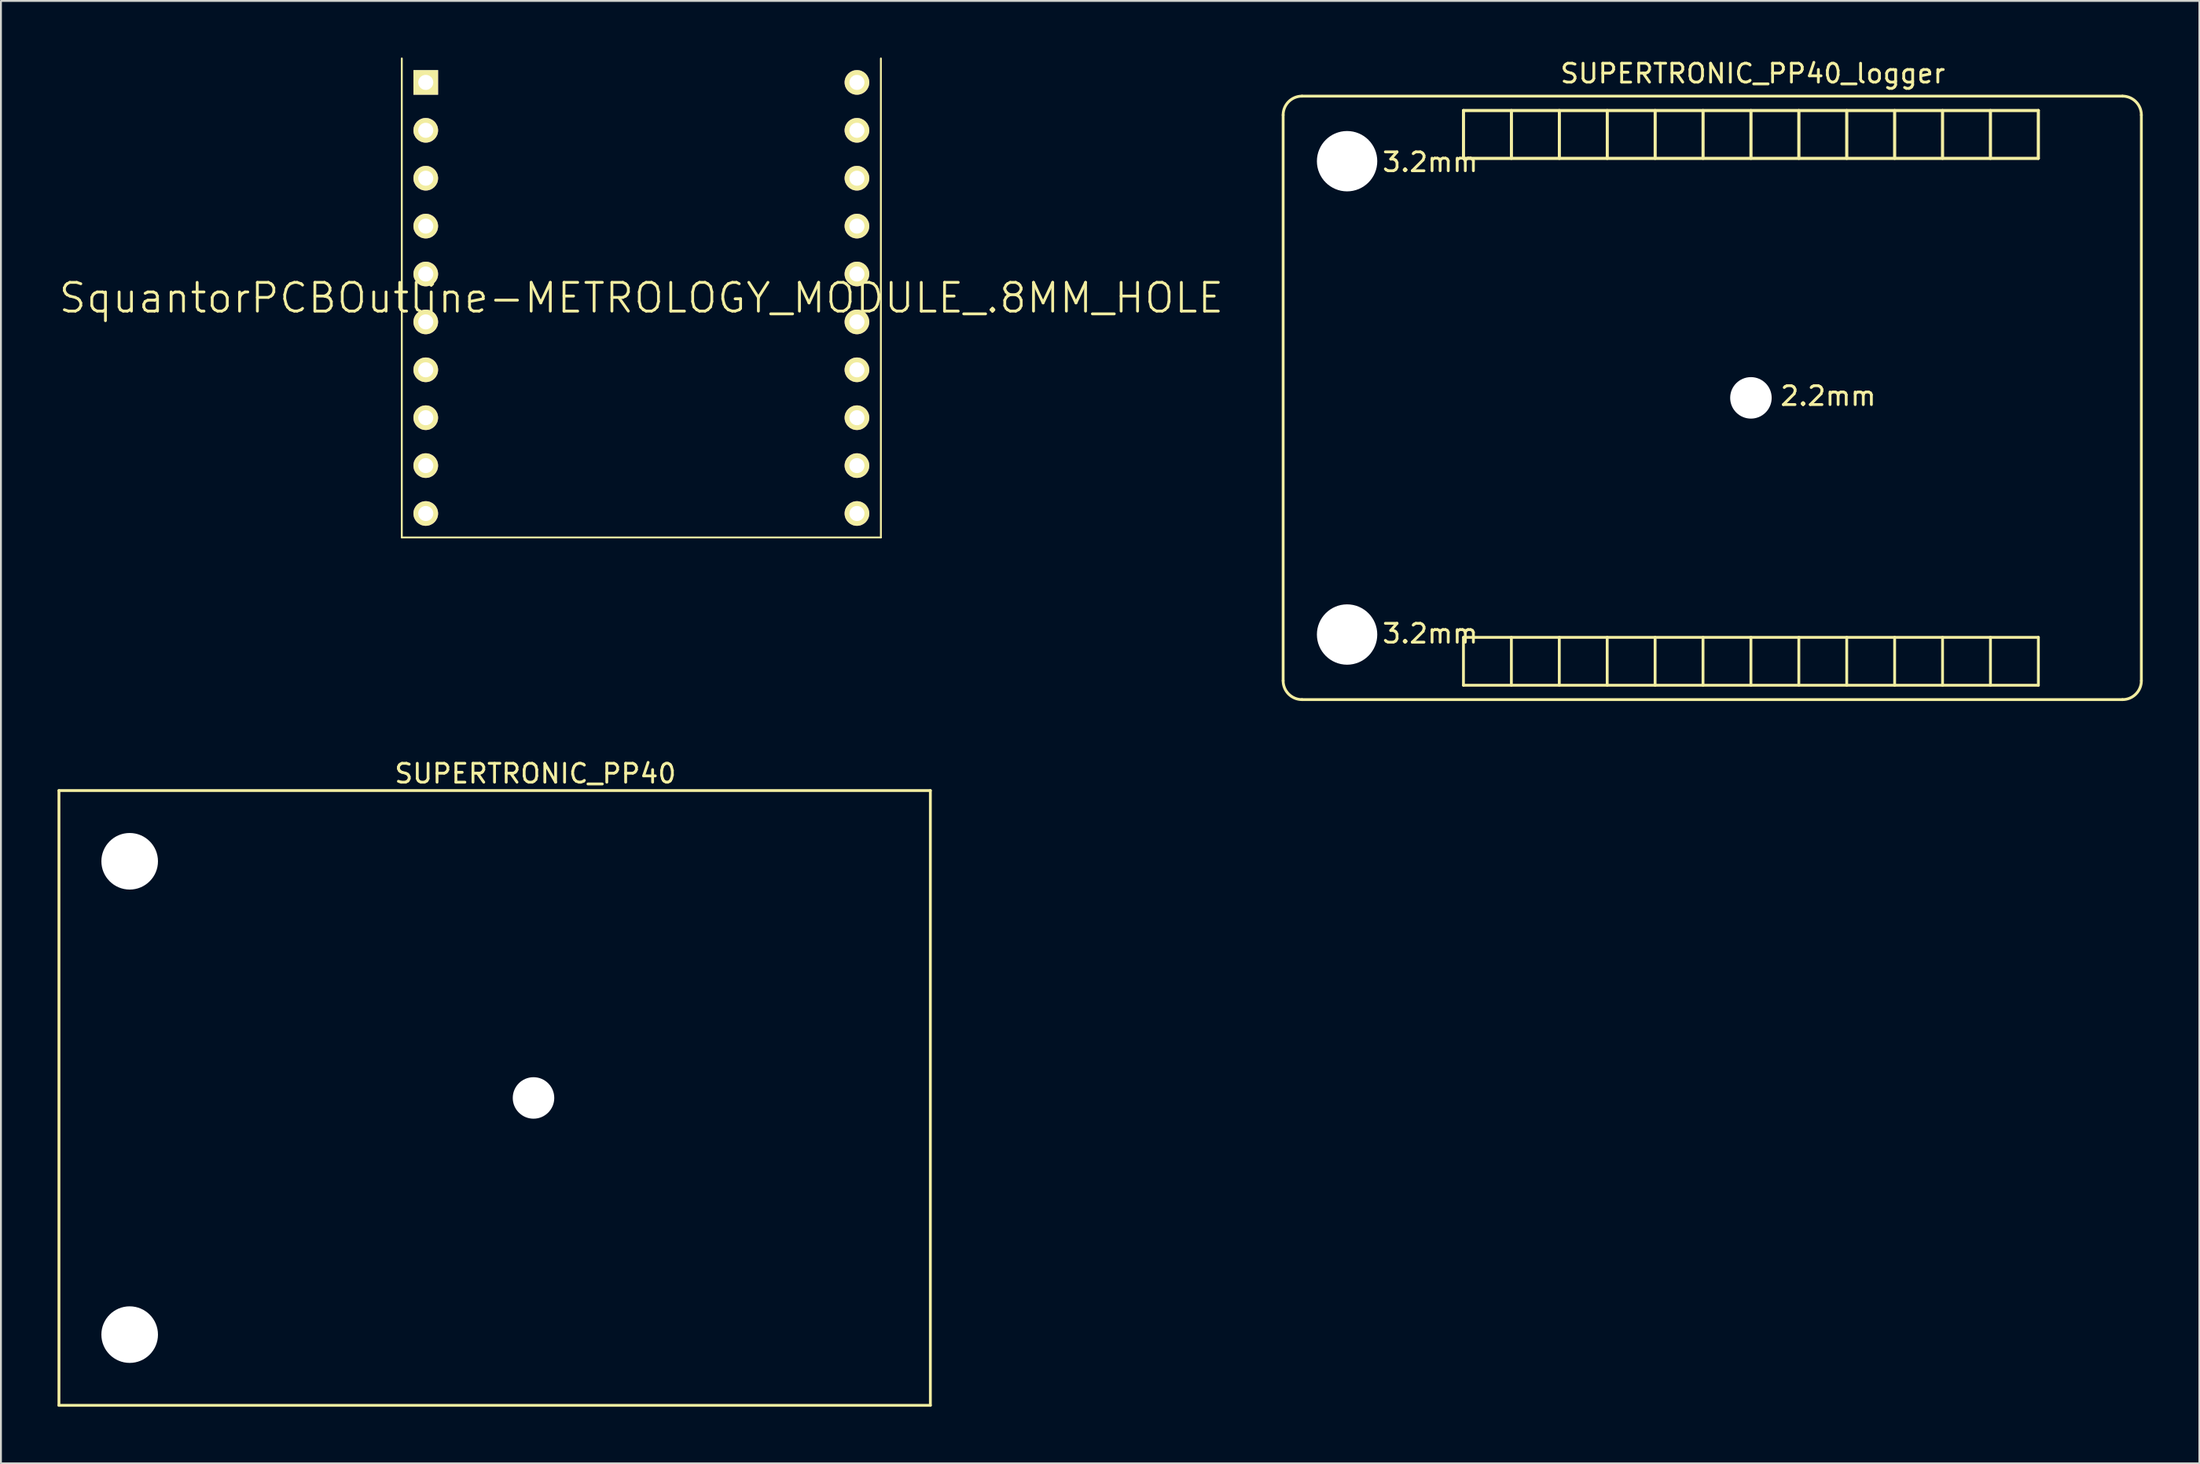
<source format=kicad_pcb>
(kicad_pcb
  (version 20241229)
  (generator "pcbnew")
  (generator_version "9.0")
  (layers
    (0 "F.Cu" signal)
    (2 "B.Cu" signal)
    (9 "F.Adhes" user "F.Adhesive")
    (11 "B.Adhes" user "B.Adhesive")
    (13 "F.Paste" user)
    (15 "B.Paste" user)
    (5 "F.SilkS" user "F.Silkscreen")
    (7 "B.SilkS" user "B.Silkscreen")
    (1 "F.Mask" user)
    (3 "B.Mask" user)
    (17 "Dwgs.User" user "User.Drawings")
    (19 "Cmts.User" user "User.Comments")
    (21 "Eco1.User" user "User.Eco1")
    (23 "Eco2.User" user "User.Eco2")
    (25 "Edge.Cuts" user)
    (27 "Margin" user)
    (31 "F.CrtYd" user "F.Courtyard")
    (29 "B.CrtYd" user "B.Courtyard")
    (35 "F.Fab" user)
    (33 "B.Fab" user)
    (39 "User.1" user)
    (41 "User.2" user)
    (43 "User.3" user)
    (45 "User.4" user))
  (footprint "SUPERTRONIC_PP40"
    (layer "F.Cu")
    (at 25.235 55.172)
    (property "Reference" "SUPERTRONIC_PP40" (at 0.1 -17.2 0) (layer "F.SilkS") (effects (font (size 1 1) (thickness 0.15))))
    (attr through_hole)
    (fp_line (start -25.16 -16.3) (end 21.04 -16.3) (stroke (width 0.15) (type solid)) (layer "F.SilkS"))
    (fp_line (start -25.16 16.3) (end -25.16 -16.3) (stroke (width 0.15) (type solid)) (layer "F.SilkS"))
    (fp_line (start 21.04 -16.3) (end 21.04 16.3) (stroke (width 0.15) (type solid)) (layer "F.SilkS"))
    (fp_line (start 21.04 16.3) (end -25.16 16.3) (stroke (width 0.15) (type solid)) (layer "F.SilkS"))
    (pad "" np_thru_hole circle (at -21.41 -12.55) (size 3 3) (drill 3) (layers "*.Cu" "*.Mask"))
    (pad "" np_thru_hole circle (at -21.41 12.55) (size 3 3) (drill 3) (layers "*.Cu" "*.Mask"))
    (pad "" np_thru_hole circle (at 0 0) (size 2.2 2.2) (drill 2.2) (layers "*.Cu" "*.Mask")))
  (footprint "SquantorPCBOutline-METROLOGY_MODULE_.8MM_HOLE"
    (layer "F.Cu")
    (at 30.952 12.75)
    (property "Reference" "SquantorPCBOutline-METROLOGY_MODULE_.8MM_HOLE" (at 0 0 0) (layer "F.SilkS") (effects (font (size 1.524 1.524) (thickness 0.15))))
    (attr exclude_from_pos_files exclude_from_bom)
    (fp_line (start -12.7 -12.7) (end -12.7 12.7) (stroke (width 0.1) (type solid)) (layer "F.SilkS"))
    (fp_line (start -12.7 12.7) (end 12.7 12.7) (stroke (width 0.1) (type solid)) (layer "F.SilkS"))
    (fp_line (start 12.7 12.7) (end 12.7 -12.7) (stroke (width 0.1) (type solid)) (layer "F.SilkS"))
    (pad "P$1" thru_hole rect (at -11.43 -11.43) (size 1.306 1.306) (drill 0.798) (layers "*.Cu" "F.Mask" "F.SilkS" "F.Paste"))
    (pad "P$2" thru_hole circle (at -11.43 -8.89) (size 1.306 1.306) (drill 0.798) (layers "*.Cu" "F.Mask" "F.SilkS" "F.Paste"))
    (pad "P$3" thru_hole circle (at -11.43 -6.35) (size 1.306 1.306) (drill 0.798) (layers "*.Cu" "F.Mask" "F.SilkS" "F.Paste"))
    (pad "P$4" thru_hole circle (at -11.43 -3.81) (size 1.306 1.306) (drill 0.798) (layers "*.Cu" "F.Mask" "F.SilkS" "F.Paste"))
    (pad "P$5" thru_hole circle (at -11.43 -1.27) (size 1.306 1.306) (drill 0.798) (layers "*.Cu" "F.Mask" "F.SilkS" "F.Paste"))
    (pad "P$6" thru_hole circle (at -11.43 1.27) (size 1.306 1.306) (drill 0.798) (layers "*.Cu" "F.Mask" "F.SilkS" "F.Paste"))
    (pad "P$7" thru_hole circle (at -11.43 3.81) (size 1.306 1.306) (drill 0.798) (layers "*.Cu" "F.Mask" "F.SilkS" "F.Paste"))
    (pad "P$8" thru_hole circle (at -11.43 6.35) (size 1.306 1.306) (drill 0.798) (layers "*.Cu" "F.Mask" "F.SilkS" "F.Paste"))
    (pad "P$9" thru_hole circle (at -11.43 8.89) (size 1.306 1.306) (drill 0.798) (layers "*.Cu" "F.Mask" "F.SilkS" "F.Paste"))
    (pad "P$10" thru_hole circle (at -11.43 11.43) (size 1.306 1.306) (drill 0.798) (layers "*.Cu" "F.Mask" "F.SilkS" "F.Paste"))
    (pad "P$11" thru_hole circle (at 11.43 11.43) (size 1.306 1.306) (drill 0.798) (layers "*.Cu" "F.Mask" "F.SilkS" "F.Paste"))
    (pad "P$12" thru_hole circle (at 11.43 8.89) (size 1.306 1.306) (drill 0.798) (layers "*.Cu" "F.Mask" "F.SilkS" "F.Paste"))
    (pad "P$13" thru_hole circle (at 11.43 6.35) (size 1.306 1.306) (drill 0.798) (layers "*.Cu" "F.Mask" "F.SilkS" "F.Paste"))
    (pad "P$14" thru_hole circle (at 11.43 3.81) (size 1.306 1.306) (drill 0.798) (layers "*.Cu" "F.Mask" "F.SilkS" "F.Paste"))
    (pad "P$15" thru_hole circle (at 11.43 1.27) (size 1.306 1.306) (drill 0.798) (layers "*.Cu" "F.Mask" "F.SilkS" "F.Paste"))
    (pad "P$16" thru_hole circle (at 11.43 -1.27) (size 1.306 1.306) (drill 0.798) (layers "*.Cu" "F.Mask" "F.SilkS" "F.Paste"))
    (pad "P$17" thru_hole circle (at 11.43 -3.81) (size 1.306 1.306) (drill 0.798) (layers "*.Cu" "F.Mask" "F.SilkS" "F.Paste"))
    (pad "P$18" thru_hole circle (at 11.43 -6.35) (size 1.306 1.306) (drill 0.798) (layers "*.Cu" "F.Mask" "F.SilkS" "F.Paste"))
    (pad "P$19" thru_hole circle (at 11.43 -8.89) (size 1.306 1.306) (drill 0.798) (layers "*.Cu" "F.Mask" "F.SilkS" "F.Paste"))
    (pad "P$20" thru_hole circle (at 11.43 -11.43) (size 1.306 1.306) (drill 0.798) (layers "*.Cu" "F.Mask" "F.SilkS" "F.Paste")))
  (footprint "SUPERTRONIC_PP40_logger"
    (layer "F.Cu")
    (at 89.778 18.048)
    (property "Reference" "SUPERTRONIC_PP40_logger" (at 0.1 -17.2 0) (layer "F.SilkS") (effects (font (size 1 1) (thickness 0.15))))
    (attr through_hole)
    (fp_line (start -24.8 -15) (end -24.8 15) (stroke (width 0.15) (type solid)) (layer "F.SilkS"))
    (fp_line (start -23.8 16) (end 19.7 16) (stroke (width 0.15) (type solid)) (layer "F.SilkS"))
    (fp_line (start -15.24 -15.24) (end 15.24 -15.24) (stroke (width 0.15) (type solid)) (layer "F.SilkS"))
    (fp_line (start -15.24 -15.24) (end 15.24 -15.24) (stroke (width 0.15) (type solid)) (layer "F.SilkS"))
    (fp_line (start -15.24 -12.7) (end -15.24 -15.24) (stroke (width 0.15) (type solid)) (layer "F.SilkS"))
    (fp_line (start -15.24 -12.7) (end -15.24 -15.24) (stroke (width 0.15) (type solid)) (layer "F.SilkS"))
    (fp_line (start -15.24 12.7) (end -15.24 15.24) (stroke (width 0.15) (type solid)) (layer "F.SilkS"))
    (fp_line (start -15.24 15.24) (end 15.24 15.24) (stroke (width 0.15) (type solid)) (layer "F.SilkS"))
    (fp_line (start -12.7 -12.7) (end -12.7 -15.24) (stroke (width 0.15) (type solid)) (layer "F.SilkS"))
    (fp_line (start -12.7 -12.7) (end -12.7 -15.24) (stroke (width 0.15) (type solid)) (layer "F.SilkS"))
    (fp_line (start -12.7 12.7) (end -12.7 15.24) (stroke (width 0.15) (type solid)) (layer "F.SilkS"))
    (fp_line (start -10.16 -15.24) (end -10.16 -12.7) (stroke (width 0.15) (type solid)) (layer "F.SilkS"))
    (fp_line (start -10.16 -15.24) (end -10.16 -12.7) (stroke (width 0.15) (type solid)) (layer "F.SilkS"))
    (fp_line (start -10.16 12.7) (end -10.16 15.24) (stroke (width 0.15) (type solid)) (layer "F.SilkS"))
    (fp_line (start -7.62 -12.7) (end -7.62 -15.24) (stroke (width 0.15) (type solid)) (layer "F.SilkS"))
    (fp_line (start -7.62 -12.7) (end -7.62 -15.24) (stroke (width 0.15) (type solid)) (layer "F.SilkS"))
    (fp_line (start -7.62 15.24) (end -7.62 12.7) (stroke (width 0.15) (type solid)) (layer "F.SilkS"))
    (fp_line (start -5.08 -15.24) (end -5.08 -12.7) (stroke (width 0.15) (type solid)) (layer "F.SilkS"))
    (fp_line (start -5.08 -15.24) (end -5.08 -12.7) (stroke (width 0.15) (type solid)) (layer "F.SilkS"))
    (fp_line (start -5.08 12.7) (end -5.08 15.24) (stroke (width 0.15) (type solid)) (layer "F.SilkS"))
    (fp_line (start -2.54 -12.7) (end -2.54 -15.24) (stroke (width 0.15) (type solid)) (layer "F.SilkS"))
    (fp_line (start -2.54 -12.7) (end -2.54 -15.24) (stroke (width 0.15) (type solid)) (layer "F.SilkS"))
    (fp_line (start -2.54 15.24) (end -2.54 12.7) (stroke (width 0.15) (type solid)) (layer "F.SilkS"))
    (fp_line (start 0 -15.24) (end 0 -12.7) (stroke (width 0.15) (type solid)) (layer "F.SilkS"))
    (fp_line (start 0 -15.24) (end 0 -12.7) (stroke (width 0.15) (type solid)) (layer "F.SilkS"))
    (fp_line (start 0 12.7) (end 0 15.24) (stroke (width 0.15) (type solid)) (layer "F.SilkS"))
    (fp_line (start 2.54 -12.7) (end 2.54 -15.24) (stroke (width 0.15) (type solid)) (layer "F.SilkS"))
    (fp_line (start 2.54 -12.7) (end 2.54 -15.24) (stroke (width 0.15) (type solid)) (layer "F.SilkS"))
    (fp_line (start 2.54 15.24) (end 2.54 12.7) (stroke (width 0.15) (type solid)) (layer "F.SilkS"))
    (fp_line (start 5.08 -15.24) (end 5.08 -12.7) (stroke (width 0.15) (type solid)) (layer "F.SilkS"))
    (fp_line (start 5.08 -15.24) (end 5.08 -12.7) (stroke (width 0.15) (type solid)) (layer "F.SilkS"))
    (fp_line (start 5.08 12.7) (end 5.08 15.24) (stroke (width 0.15) (type solid)) (layer "F.SilkS"))
    (fp_line (start 7.62 -12.7) (end 7.62 -15.24) (stroke (width 0.15) (type solid)) (layer "F.SilkS"))
    (fp_line (start 7.62 -12.7) (end 7.62 -15.24) (stroke (width 0.15) (type solid)) (layer "F.SilkS"))
    (fp_line (start 7.62 15.24) (end 7.62 12.7) (stroke (width 0.15) (type solid)) (layer "F.SilkS"))
    (fp_line (start 10.16 -15.24) (end 10.16 -12.7) (stroke (width 0.15) (type solid)) (layer "F.SilkS"))
    (fp_line (start 10.16 -15.24) (end 10.16 -12.7) (stroke (width 0.15) (type solid)) (layer "F.SilkS"))
    (fp_line (start 10.16 12.7) (end 10.16 15.24) (stroke (width 0.15) (type solid)) (layer "F.SilkS"))
    (fp_line (start 12.7 -15.24) (end 12.7 -12.7) (stroke (width 0.15) (type solid)) (layer "F.SilkS"))
    (fp_line (start 12.7 -15.24) (end 12.7 -12.7) (stroke (width 0.15) (type solid)) (layer "F.SilkS"))
    (fp_line (start 12.7 15.24) (end 12.7 12.7) (stroke (width 0.15) (type solid)) (layer "F.SilkS"))
    (fp_line (start 15.24 -15.24) (end 15.24 -12.7) (stroke (width 0.15) (type solid)) (layer "F.SilkS"))
    (fp_line (start 15.24 -15.24) (end 15.24 -12.7) (stroke (width 0.15) (type solid)) (layer "F.SilkS"))
    (fp_line (start 15.24 -12.7) (end -15.24 -12.7) (stroke (width 0.15) (type solid)) (layer "F.SilkS"))
    (fp_line (start 15.24 -12.7) (end -15.24 -12.7) (stroke (width 0.15) (type solid)) (layer "F.SilkS"))
    (fp_line (start 15.24 12.7) (end -15.24 12.7) (stroke (width 0.15) (type solid)) (layer "F.SilkS"))
    (fp_line (start 15.24 15.24) (end 15.24 12.7) (stroke (width 0.15) (type solid)) (layer "F.SilkS"))
    (fp_line (start 19.7 -16) (end -23.8 -16) (stroke (width 0.15) (type solid)) (layer "F.SilkS"))
    (fp_line (start 20.7 15) (end 20.7 -15) (stroke (width 0.15) (type solid)) (layer "F.SilkS"))
    (fp_arc (start -24.8 -15) (mid -24.507107 -15.707107) (end -23.8 -16) (stroke (width 0.15) (type solid)) (layer "F.SilkS"))
    (fp_arc (start -23.8 16) (mid -24.507107 15.707107) (end -24.8 15) (stroke (width 0.15) (type solid)) (layer "F.SilkS"))
    (fp_arc (start 19.7 -16) (mid 20.407107 -15.707107) (end 20.7 -15) (stroke (width 0.15) (type solid)) (layer "F.SilkS"))
    (fp_arc (start 20.7 15) (mid 20.407107 15.707107) (end 19.7 16) (stroke (width 0.15) (type solid)) (layer "F.SilkS"))
    (fp_text user "2.2mm" (at 4.1 -0.1 0) (layer "F.SilkS") (effects (font (size 1 1) (thickness 0.15))))
    (fp_text user "3.2mm" (at -17 12.5 0) (layer "F.SilkS") (effects (font (size 1 1) (thickness 0.15))))
    (fp_text user "3.2mm" (at -17 -12.5 0) (layer "F.SilkS") (effects (font (size 1 1) (thickness 0.15))))
    (pad "" np_thru_hole circle (at -21.41 -12.55) (size 3.2 3.2) (drill 3.2) (layers "*.Cu" "*.Mask"))
    (pad "" np_thru_hole circle (at -21.41 12.55) (size 3.2 3.2) (drill 3.2) (layers "*.Cu" "*.Mask"))
    (pad "" np_thru_hole circle (at 0 0) (size 2.2 2.2) (drill 2.2) (layers "*.Cu" "*.Mask")))
  (gr_rect
    (start -3 -3)
    (end 113.553 74.546)
    (stroke (width 0.1) (type default))
    (fill no)
    (layer "Edge.Cuts")))
</source>
